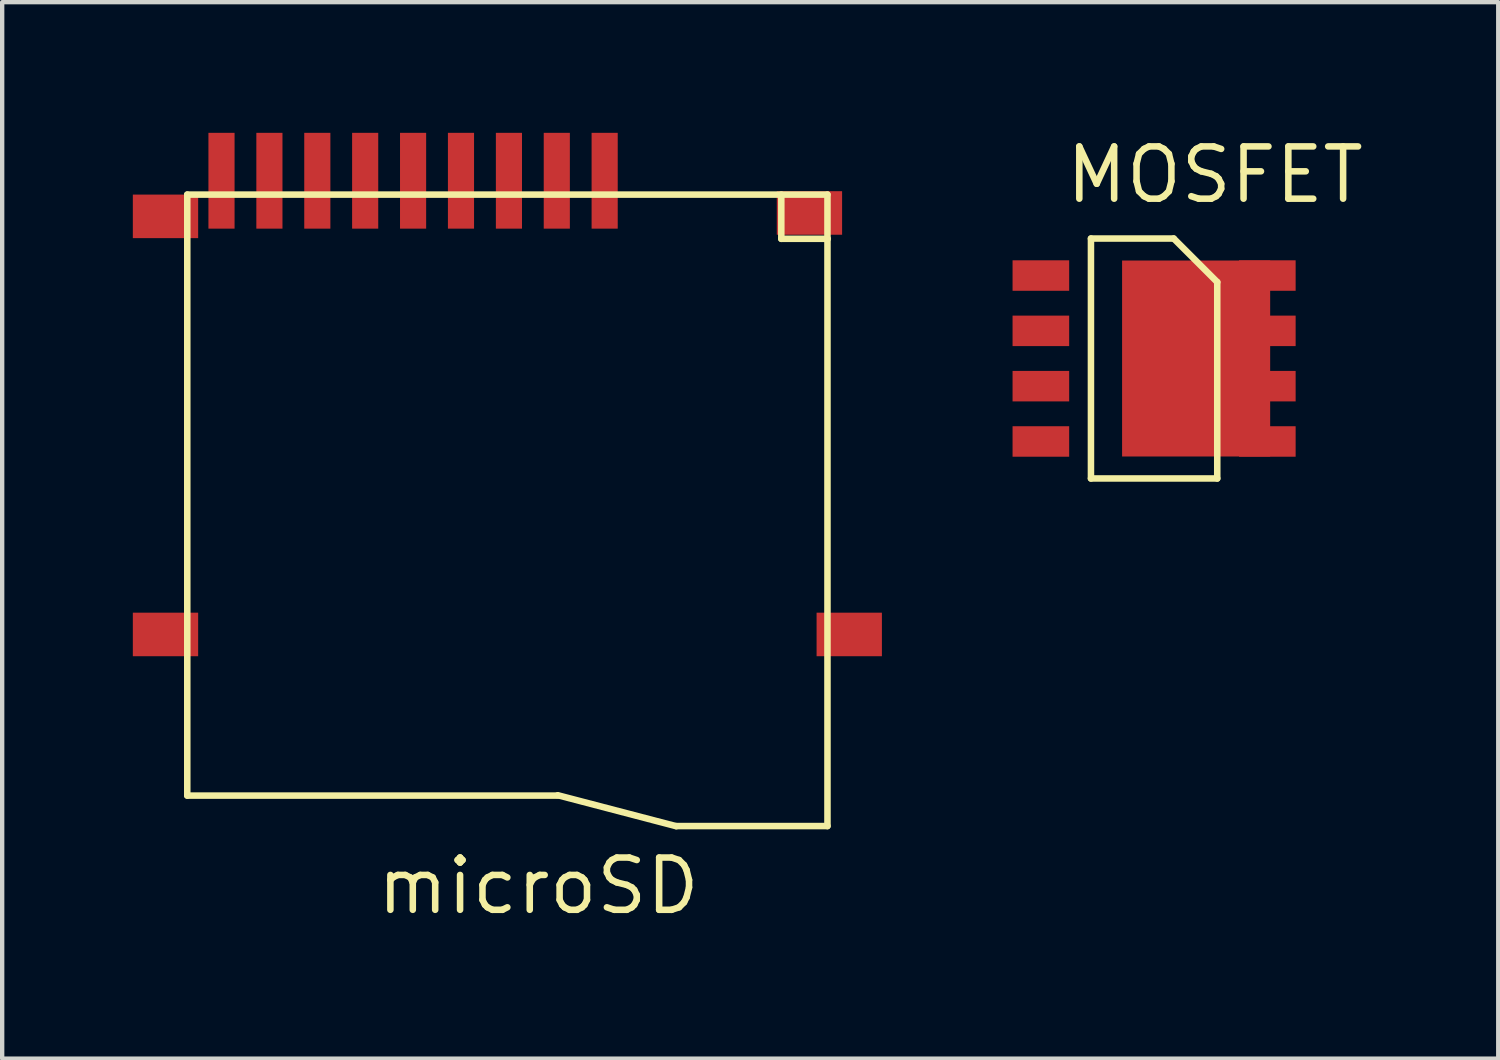
<source format=kicad_pcb>
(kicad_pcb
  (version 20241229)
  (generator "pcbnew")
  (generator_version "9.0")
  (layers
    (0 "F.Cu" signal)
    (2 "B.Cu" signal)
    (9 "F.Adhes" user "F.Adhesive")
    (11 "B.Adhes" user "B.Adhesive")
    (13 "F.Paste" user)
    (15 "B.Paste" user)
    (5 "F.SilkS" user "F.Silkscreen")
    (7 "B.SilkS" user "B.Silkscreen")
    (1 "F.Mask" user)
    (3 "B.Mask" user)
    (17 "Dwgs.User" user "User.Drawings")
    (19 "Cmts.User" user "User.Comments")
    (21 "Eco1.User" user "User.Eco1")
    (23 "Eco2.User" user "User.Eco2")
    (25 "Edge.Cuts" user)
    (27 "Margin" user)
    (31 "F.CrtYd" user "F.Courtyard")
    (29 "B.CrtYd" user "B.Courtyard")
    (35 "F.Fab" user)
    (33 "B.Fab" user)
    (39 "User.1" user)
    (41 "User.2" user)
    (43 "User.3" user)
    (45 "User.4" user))
  (footprint "microSD"
    (layer "F.Cu")
    (at 8.235 8.479)
    (property "Reference" "microSD" (at 1.079 8.814 0) (layer "F.SilkS") (effects (font (size 1.2 1.2) (thickness 0.15))))
    (attr through_hole)
    (fp_line (start -6.985 -7.061) (end -6.985 6.739) (stroke (width 0.15) (type solid)) (layer "F.SilkS"))
    (fp_line (start -6.985 -7.061) (end 7.715 -7.061) (stroke (width 0.15) (type solid)) (layer "F.SilkS"))
    (fp_line (start -6.985 6.739) (end 1.515 6.739) (stroke (width 0.15) (type solid)) (layer "F.SilkS"))
    (fp_line (start 1.524 6.731) (end 4.242 7.442) (stroke (width 0.15) (type solid)) (layer "F.SilkS"))
    (fp_line (start 6.655 -7.061) (end 6.655 -6.045) (stroke (width 0.15) (type solid)) (layer "F.SilkS"))
    (fp_line (start 6.655 -6.045) (end 7.722 -6.045) (stroke (width 0.15) (type solid)) (layer "F.SilkS"))
    (fp_line (start 7.715 -7.061) (end 7.715 7.439) (stroke (width 0.15) (type solid)) (layer "F.SilkS"))
    (fp_line (start 7.715 7.439) (end 4.242 7.439) (stroke (width 0.15) (type solid)) (layer "F.SilkS"))
    (pad "1" smd rect (at 2.599 -7.379) (size 0.6 2.2) (layers "F.Cu" "F.Mask" "F.Paste"))
    (pad "2" smd rect (at 1.5 -7.379) (size 0.6 2.2) (layers "F.Cu" "F.Mask" "F.Paste"))
    (pad "3" smd rect (at 0.401 -7.379) (size 0.6 2.2) (layers "F.Cu" "F.Mask" "F.Paste"))
    (pad "4" smd rect (at -0.7 -7.379) (size 0.6 2.2) (layers "F.Cu" "F.Mask" "F.Paste"))
    (pad "5" smd rect (at -1.8 -7.379) (size 0.6 2.2) (layers "F.Cu" "F.Mask" "F.Paste"))
    (pad "6" smd rect (at -2.9 -7.379) (size 0.6 2.2) (layers "F.Cu" "F.Mask" "F.Paste"))
    (pad "7" smd rect (at -3.999 -7.379) (size 0.6 2.2) (layers "F.Cu" "F.Mask" "F.Paste"))
    (pad "8" smd rect (at -5.099 -7.379) (size 0.6 2.2) (layers "F.Cu" "F.Mask" "F.Paste"))
    (pad "9" smd rect (at -6.199 -7.379) (size 0.6 2.2) (layers "F.Cu" "F.Mask" "F.Paste"))
    (pad "10" smd rect (at -7.485 -6.561) (size 1.5 1) (layers "F.Cu" "F.Mask" "F.Paste"))
    (pad "10" smd rect (at -7.485 3.039) (size 1.5 1) (layers "F.Cu" "F.Mask" "F.Paste"))
    (pad "10" smd rect (at 7.301 -6.639) (size 1.5 1) (layers "F.Cu" "F.Mask" "F.Paste"))
    (pad "10" smd rect (at 8.215 3.039) (size 1.5 1) (layers "F.Cu" "F.Mask" "F.Paste")))
  (footprint "MOSFET"
    (layer "F.Cu")
    (at 20.834 3.302)
    (property "Reference" "MOSFET" (at 4.013 -2.337 0) (layer "F.SilkS") (effects (font (size 1.2 1.2) (thickness 0.15))))
    (attr through_hole)
    (fp_line (start 1.166 -0.875) (end 1.166 4.635) (stroke (width 0.15) (type solid)) (layer "F.SilkS"))
    (fp_line (start 1.166 4.635) (end 4.066 4.635) (stroke (width 0.15) (type solid)) (layer "F.SilkS"))
    (fp_line (start 3.066 -0.875) (end 1.166 -0.875) (stroke (width 0.15) (type solid)) (layer "F.SilkS"))
    (fp_line (start 4.066 0.125) (end 3.066 -0.875) (stroke (width 0.15) (type solid)) (layer "F.SilkS"))
    (fp_line (start 4.066 4.635) (end 4.066 0.125) (stroke (width 0.15) (type solid)) (layer "F.SilkS"))
    (pad "1" smd rect (at 0.016 -0.025 270) (size 0.7 1.3) (layers "F.Cu" "F.Mask" "F.Paste"))
    (pad "2" smd rect (at 0.016 1.245 270) (size 0.7 1.3) (layers "F.Cu" "F.Mask" "F.Paste"))
    (pad "3" smd rect (at 0.016 2.515 270) (size 0.7 1.3) (layers "F.Cu" "F.Mask" "F.Paste"))
    (pad "4" smd rect (at 0.016 3.785 270) (size 0.7 1.3) (layers "F.Cu" "F.Mask" "F.Paste"))
    (pad "4" smd rect (at 3.581 1.88) (size 3.4 4.5) (layers "F.Cu" "F.Mask" "F.Paste"))
    (pad "5" smd rect (at 5.216 3.785 270) (size 0.7 1.3) (layers "F.Cu" "F.Mask" "F.Paste"))
    (pad "6" smd rect (at 5.216 2.515 270) (size 0.7 1.3) (layers "F.Cu" "F.Mask" "F.Paste"))
    (pad "7" smd rect (at 5.216 1.245 270) (size 0.7 1.3) (layers "F.Cu" "F.Mask" "F.Paste"))
    (pad "8" smd rect (at 5.216 -0.025 270) (size 0.7 1.3) (layers "F.Cu" "F.Mask" "F.Paste")))
  (gr_rect
    (start -3 -3)
    (end 31.352 21.258)
    (stroke (width 0.1) (type default))
    (fill no)
    (layer "Edge.Cuts")))
</source>
